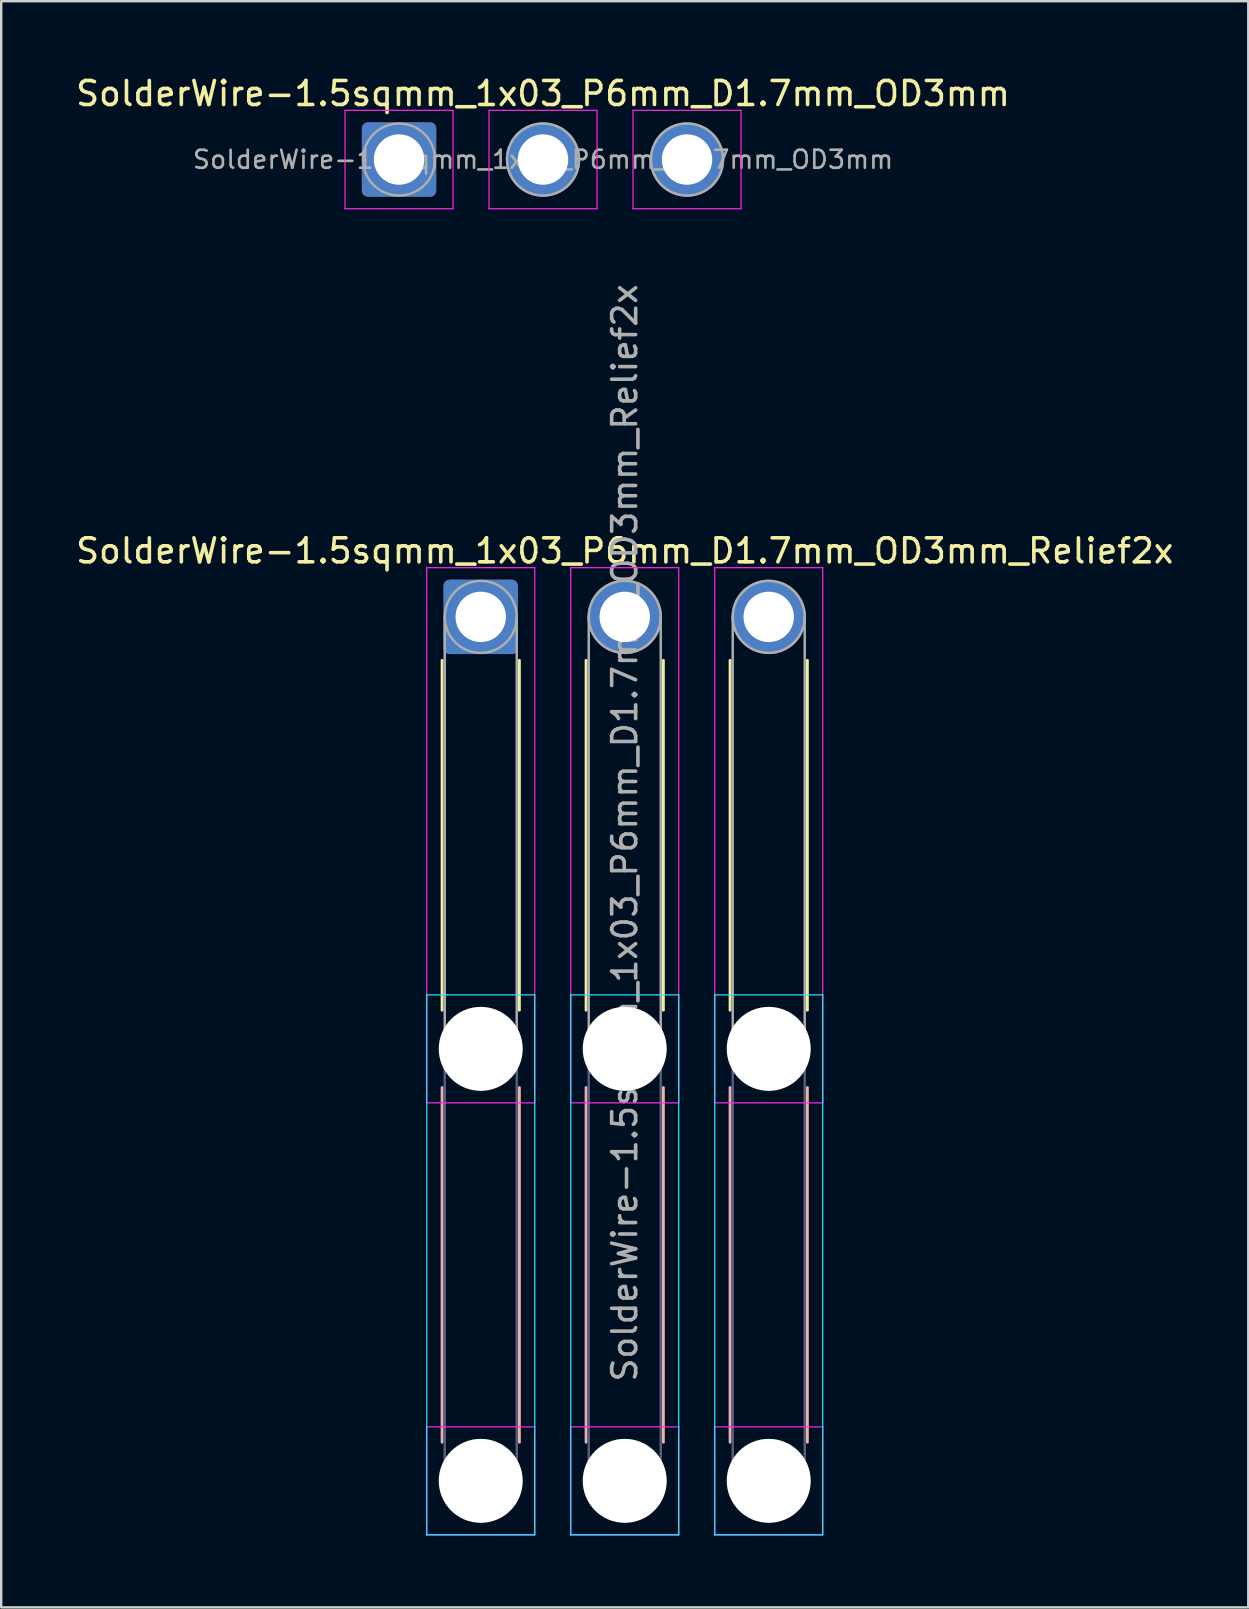
<source format=kicad_pcb>
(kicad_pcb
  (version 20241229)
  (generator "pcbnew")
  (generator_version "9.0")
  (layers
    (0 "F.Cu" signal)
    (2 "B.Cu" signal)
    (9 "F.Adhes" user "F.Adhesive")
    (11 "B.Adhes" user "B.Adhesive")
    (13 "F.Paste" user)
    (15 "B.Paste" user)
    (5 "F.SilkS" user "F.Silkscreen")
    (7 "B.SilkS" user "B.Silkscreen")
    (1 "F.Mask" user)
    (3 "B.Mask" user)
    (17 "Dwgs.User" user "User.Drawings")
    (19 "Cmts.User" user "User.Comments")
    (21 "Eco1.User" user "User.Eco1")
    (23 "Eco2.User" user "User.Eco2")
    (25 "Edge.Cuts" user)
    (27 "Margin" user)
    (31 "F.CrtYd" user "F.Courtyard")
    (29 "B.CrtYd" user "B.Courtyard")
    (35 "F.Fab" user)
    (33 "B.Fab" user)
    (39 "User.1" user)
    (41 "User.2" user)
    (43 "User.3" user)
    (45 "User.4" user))
  (footprint "SolderWire-1.5sqmm_1x03_P6mm_D1.7mm_OD3mm_Relief2x"
    (layer "F.Cu")
    (at 16.982 22.655)
    (property "Reference" "SolderWire-1.5sqmm_1x03_P6mm_D1.7mm_OD3mm_Relief2x" (at 6 -2.75 0) (layer "F.SilkS") (effects (font (size 1 1) (thickness 0.15))))
    (attr exclude_from_pos_files exclude_from_bom)
    (fp_line (start -1.61 1.81) (end -1.61 16.39) (stroke (width 0.12) (type solid)) (layer "F.SilkS"))
    (fp_line (start 1.61 1.81) (end 1.61 16.39) (stroke (width 0.12) (type solid)) (layer "F.SilkS"))
    (fp_line (start 4.39 1.81) (end 4.39 16.39) (stroke (width 0.12) (type solid)) (layer "F.SilkS"))
    (fp_line (start 7.61 1.81) (end 7.61 16.39) (stroke (width 0.12) (type solid)) (layer "F.SilkS"))
    (fp_line (start 10.39 1.81) (end 10.39 16.39) (stroke (width 0.12) (type solid)) (layer "F.SilkS"))
    (fp_line (start 13.61 1.81) (end 13.61 16.39) (stroke (width 0.12) (type solid)) (layer "F.SilkS"))
    (fp_line (start -1.61 19.61) (end -1.61 34.39) (stroke (width 0.12) (type solid)) (layer "B.SilkS"))
    (fp_line (start 1.61 19.61) (end 1.61 34.39) (stroke (width 0.12) (type solid)) (layer "B.SilkS"))
    (fp_line (start 4.39 19.61) (end 4.39 34.39) (stroke (width 0.12) (type solid)) (layer "B.SilkS"))
    (fp_line (start 7.61 19.61) (end 7.61 34.39) (stroke (width 0.12) (type solid)) (layer "B.SilkS"))
    (fp_line (start 10.39 19.61) (end 10.39 34.39) (stroke (width 0.12) (type solid)) (layer "B.SilkS"))
    (fp_line (start 13.61 19.61) (end 13.61 34.39) (stroke (width 0.12) (type solid)) (layer "B.SilkS"))
    (fp_line (start -2.25 15.75) (end -2.25 38.25) (stroke (width 0.05) (type solid)) (layer "B.CrtYd"))
    (fp_line (start -2.25 38.25) (end 2.25 38.25) (stroke (width 0.05) (type solid)) (layer "B.CrtYd"))
    (fp_line (start 2.25 15.75) (end -2.25 15.75) (stroke (width 0.05) (type solid)) (layer "B.CrtYd"))
    (fp_line (start 2.25 38.25) (end 2.25 15.75) (stroke (width 0.05) (type solid)) (layer "B.CrtYd"))
    (fp_line (start 3.75 15.75) (end 3.75 38.25) (stroke (width 0.05) (type solid)) (layer "B.CrtYd"))
    (fp_line (start 3.75 38.25) (end 8.25 38.25) (stroke (width 0.05) (type solid)) (layer "B.CrtYd"))
    (fp_line (start 8.25 15.75) (end 3.75 15.75) (stroke (width 0.05) (type solid)) (layer "B.CrtYd"))
    (fp_line (start 8.25 38.25) (end 8.25 15.75) (stroke (width 0.05) (type solid)) (layer "B.CrtYd"))
    (fp_line (start 9.75 15.75) (end 9.75 38.25) (stroke (width 0.05) (type solid)) (layer "B.CrtYd"))
    (fp_line (start 9.75 38.25) (end 14.25 38.25) (stroke (width 0.05) (type solid)) (layer "B.CrtYd"))
    (fp_line (start 14.25 15.75) (end 9.75 15.75) (stroke (width 0.05) (type solid)) (layer "B.CrtYd"))
    (fp_line (start 14.25 38.25) (end 14.25 15.75) (stroke (width 0.05) (type solid)) (layer "B.CrtYd"))
    (fp_line (start -2.25 -2.05) (end -2.25 20.25) (stroke (width 0.05) (type solid)) (layer "F.CrtYd"))
    (fp_line (start -2.25 20.25) (end 2.25 20.25) (stroke (width 0.05) (type solid)) (layer "F.CrtYd"))
    (fp_line (start -2.25 33.75) (end -2.25 38.25) (stroke (width 0.05) (type solid)) (layer "F.CrtYd"))
    (fp_line (start -2.25 38.25) (end 2.25 38.25) (stroke (width 0.05) (type solid)) (layer "F.CrtYd"))
    (fp_line (start 2.25 -2.05) (end -2.25 -2.05) (stroke (width 0.05) (type solid)) (layer "F.CrtYd"))
    (fp_line (start 2.25 20.25) (end 2.25 -2.05) (stroke (width 0.05) (type solid)) (layer "F.CrtYd"))
    (fp_line (start 2.25 33.75) (end -2.25 33.75) (stroke (width 0.05) (type solid)) (layer "F.CrtYd"))
    (fp_line (start 2.25 38.25) (end 2.25 33.75) (stroke (width 0.05) (type solid)) (layer "F.CrtYd"))
    (fp_line (start 3.75 -2.05) (end 3.75 20.25) (stroke (width 0.05) (type solid)) (layer "F.CrtYd"))
    (fp_line (start 3.75 20.25) (end 8.25 20.25) (stroke (width 0.05) (type solid)) (layer "F.CrtYd"))
    (fp_line (start 3.75 33.75) (end 3.75 38.25) (stroke (width 0.05) (type solid)) (layer "F.CrtYd"))
    (fp_line (start 3.75 38.25) (end 8.25 38.25) (stroke (width 0.05) (type solid)) (layer "F.CrtYd"))
    (fp_line (start 8.25 -2.05) (end 3.75 -2.05) (stroke (width 0.05) (type solid)) (layer "F.CrtYd"))
    (fp_line (start 8.25 20.25) (end 8.25 -2.05) (stroke (width 0.05) (type solid)) (layer "F.CrtYd"))
    (fp_line (start 8.25 33.75) (end 3.75 33.75) (stroke (width 0.05) (type solid)) (layer "F.CrtYd"))
    (fp_line (start 8.25 38.25) (end 8.25 33.75) (stroke (width 0.05) (type solid)) (layer "F.CrtYd"))
    (fp_line (start 9.75 -2.05) (end 9.75 20.25) (stroke (width 0.05) (type solid)) (layer "F.CrtYd"))
    (fp_line (start 9.75 20.25) (end 14.25 20.25) (stroke (width 0.05) (type solid)) (layer "F.CrtYd"))
    (fp_line (start 9.75 33.75) (end 9.75 38.25) (stroke (width 0.05) (type solid)) (layer "F.CrtYd"))
    (fp_line (start 9.75 38.25) (end 14.25 38.25) (stroke (width 0.05) (type solid)) (layer "F.CrtYd"))
    (fp_line (start 14.25 -2.05) (end 9.75 -2.05) (stroke (width 0.05) (type solid)) (layer "F.CrtYd"))
    (fp_line (start 14.25 20.25) (end 14.25 -2.05) (stroke (width 0.05) (type solid)) (layer "F.CrtYd"))
    (fp_line (start 14.25 33.75) (end 9.75 33.75) (stroke (width 0.05) (type solid)) (layer "F.CrtYd"))
    (fp_line (start 14.25 38.25) (end 14.25 33.75) (stroke (width 0.05) (type solid)) (layer "F.CrtYd"))
    (fp_line (start -1.5 18) (end -1.5 36) (stroke (width 0.1) (type solid)) (layer "B.Fab"))
    (fp_line (start 1.5 18) (end 1.5 36) (stroke (width 0.1) (type solid)) (layer "B.Fab"))
    (fp_line (start 4.5 18) (end 4.5 36) (stroke (width 0.1) (type solid)) (layer "B.Fab"))
    (fp_line (start 7.5 18) (end 7.5 36) (stroke (width 0.1) (type solid)) (layer "B.Fab"))
    (fp_line (start 10.5 18) (end 10.5 36) (stroke (width 0.1) (type solid)) (layer "B.Fab"))
    (fp_line (start 13.5 18) (end 13.5 36) (stroke (width 0.1) (type solid)) (layer "B.Fab"))
    (fp_circle (center 0 18) (end 1.5 18) (stroke (width 0.1) (type solid)) (fill no) (layer "B.Fab"))
    (fp_circle (center 0 36) (end 1.5 36) (stroke (width 0.1) (type solid)) (fill no) (layer "B.Fab"))
    (fp_circle (center 6 18) (end 7.5 18) (stroke (width 0.1) (type solid)) (fill no) (layer "B.Fab"))
    (fp_circle (center 6 36) (end 7.5 36) (stroke (width 0.1) (type solid)) (fill no) (layer "B.Fab"))
    (fp_circle (center 12 18) (end 13.5 18) (stroke (width 0.1) (type solid)) (fill no) (layer "B.Fab"))
    (fp_circle (center 12 36) (end 13.5 36) (stroke (width 0.1) (type solid)) (fill no) (layer "B.Fab"))
    (fp_line (start -1.5 0) (end -1.5 18) (stroke (width 0.1) (type solid)) (layer "F.Fab"))
    (fp_line (start 1.5 0) (end 1.5 18) (stroke (width 0.1) (type solid)) (layer "F.Fab"))
    (fp_line (start 4.5 0) (end 4.5 18) (stroke (width 0.1) (type solid)) (layer "F.Fab"))
    (fp_line (start 7.5 0) (end 7.5 18) (stroke (width 0.1) (type solid)) (layer "F.Fab"))
    (fp_line (start 10.5 0) (end 10.5 18) (stroke (width 0.1) (type solid)) (layer "F.Fab"))
    (fp_line (start 13.5 0) (end 13.5 18) (stroke (width 0.1) (type solid)) (layer "F.Fab"))
    (fp_circle (center 0 0) (end 1.5 0) (stroke (width 0.1) (type solid)) (fill no) (layer "F.Fab"))
    (fp_circle (center 0 18) (end 1.5 18) (stroke (width 0.1) (type solid)) (fill no) (layer "F.Fab"))
    (fp_circle (center 0 36) (end 1.5 36) (stroke (width 0.1) (type solid)) (fill no) (layer "F.Fab"))
    (fp_circle (center 6 0) (end 7.5 0) (stroke (width 0.1) (type solid)) (fill no) (layer "F.Fab"))
    (fp_circle (center 6 18) (end 7.5 18) (stroke (width 0.1) (type solid)) (fill no) (layer "F.Fab"))
    (fp_circle (center 6 36) (end 7.5 36) (stroke (width 0.1) (type solid)) (fill no) (layer "F.Fab"))
    (fp_circle (center 12 0) (end 13.5 0) (stroke (width 0.1) (type solid)) (fill no) (layer "F.Fab"))
    (fp_circle (center 12 18) (end 13.5 18) (stroke (width 0.1) (type solid)) (fill no) (layer "F.Fab"))
    (fp_circle (center 12 36) (end 13.5 36) (stroke (width 0.1) (type solid)) (fill no) (layer "F.Fab"))
    (fp_text user "${REFERENCE}" (at 6 9 90) (layer "F.Fab") (effects (font (size 1 1) (thickness 0.15))))
    (pad "" np_thru_hole circle (at 0 18) (size 3.5 3.5) (drill 3.5) (layers "*.Cu" "*.Mask"))
    (pad "" np_thru_hole circle (at 0 36) (size 3.5 3.5) (drill 3.5) (layers "*.Cu" "*.Mask"))
    (pad "" np_thru_hole circle (at 6 18) (size 3.5 3.5) (drill 3.5) (layers "*.Cu" "*.Mask"))
    (pad "" np_thru_hole circle (at 6 36) (size 3.5 3.5) (drill 3.5) (layers "*.Cu" "*.Mask"))
    (pad "" np_thru_hole circle (at 12 18) (size 3.5 3.5) (drill 3.5) (layers "*.Cu" "*.Mask"))
    (pad "" np_thru_hole circle (at 12 36) (size 3.5 3.5) (drill 3.5) (layers "*.Cu" "*.Mask"))
    (pad "1" thru_hole roundrect (at 0 0) (size 3.1 3.1) (drill 2.1) (layers "*.Cu" "*.Mask") (roundrect_rratio 0.081))
    (pad "2" thru_hole circle (at 6 0) (size 3.1 3.1) (drill 2.1) (layers "*.Cu" "*.Mask"))
    (pad "3" thru_hole circle (at 12 0) (size 3.1 3.1) (drill 2.1) (layers "*.Cu" "*.Mask")))
  (footprint "SolderWire-1.5sqmm_1x03_P6mm_D1.7mm_OD3mm"
    (layer "F.Cu")
    (at 13.577 3.598)
    (property "Reference" "SolderWire-1.5sqmm_1x03_P6mm_D1.7mm_OD3mm" (at 6 -2.75 0) (layer "F.SilkS") (effects (font (size 1 1) (thickness 0.15))))
    (attr exclude_from_pos_files exclude_from_bom)
    (fp_line (start -2.25 -2.05) (end -2.25 2.05) (stroke (width 0.05) (type solid)) (layer "F.CrtYd"))
    (fp_line (start -2.25 2.05) (end 2.25 2.05) (stroke (width 0.05) (type solid)) (layer "F.CrtYd"))
    (fp_line (start 2.25 -2.05) (end -2.25 -2.05) (stroke (width 0.05) (type solid)) (layer "F.CrtYd"))
    (fp_line (start 2.25 2.05) (end 2.25 -2.05) (stroke (width 0.05) (type solid)) (layer "F.CrtYd"))
    (fp_line (start 3.75 -2.05) (end 3.75 2.05) (stroke (width 0.05) (type solid)) (layer "F.CrtYd"))
    (fp_line (start 3.75 2.05) (end 8.25 2.05) (stroke (width 0.05) (type solid)) (layer "F.CrtYd"))
    (fp_line (start 8.25 -2.05) (end 3.75 -2.05) (stroke (width 0.05) (type solid)) (layer "F.CrtYd"))
    (fp_line (start 8.25 2.05) (end 8.25 -2.05) (stroke (width 0.05) (type solid)) (layer "F.CrtYd"))
    (fp_line (start 9.75 -2.05) (end 9.75 2.05) (stroke (width 0.05) (type solid)) (layer "F.CrtYd"))
    (fp_line (start 9.75 2.05) (end 14.25 2.05) (stroke (width 0.05) (type solid)) (layer "F.CrtYd"))
    (fp_line (start 14.25 -2.05) (end 9.75 -2.05) (stroke (width 0.05) (type solid)) (layer "F.CrtYd"))
    (fp_line (start 14.25 2.05) (end 14.25 -2.05) (stroke (width 0.05) (type solid)) (layer "F.CrtYd"))
    (fp_circle (center 0 0) (end 1.5 0) (stroke (width 0.1) (type solid)) (fill no) (layer "F.Fab"))
    (fp_circle (center 6 0) (end 7.5 0) (stroke (width 0.1) (type solid)) (fill no) (layer "F.Fab"))
    (fp_circle (center 12 0) (end 13.5 0) (stroke (width 0.1) (type solid)) (fill no) (layer "F.Fab"))
    (fp_text user "${REFERENCE}" (at 6 0 0) (layer "F.Fab") (effects (font (size 0.75 0.75) (thickness 0.11))))
    (pad "1" thru_hole roundrect (at 0 0) (size 3.1 3.1) (drill 2.1) (layers "*.Cu" "*.Mask") (roundrect_rratio 0.081))
    (pad "2" thru_hole circle (at 6 0) (size 3.1 3.1) (drill 2.1) (layers "*.Cu" "*.Mask"))
    (pad "3" thru_hole circle (at 12 0) (size 3.1 3.1) (drill 2.1) (layers "*.Cu" "*.Mask")))
  (gr_rect
    (start -3 -3)
    (end 48.964 63.93)
    (stroke (width 0.1) (type default))
    (fill no)
    (layer "Edge.Cuts")))
</source>
